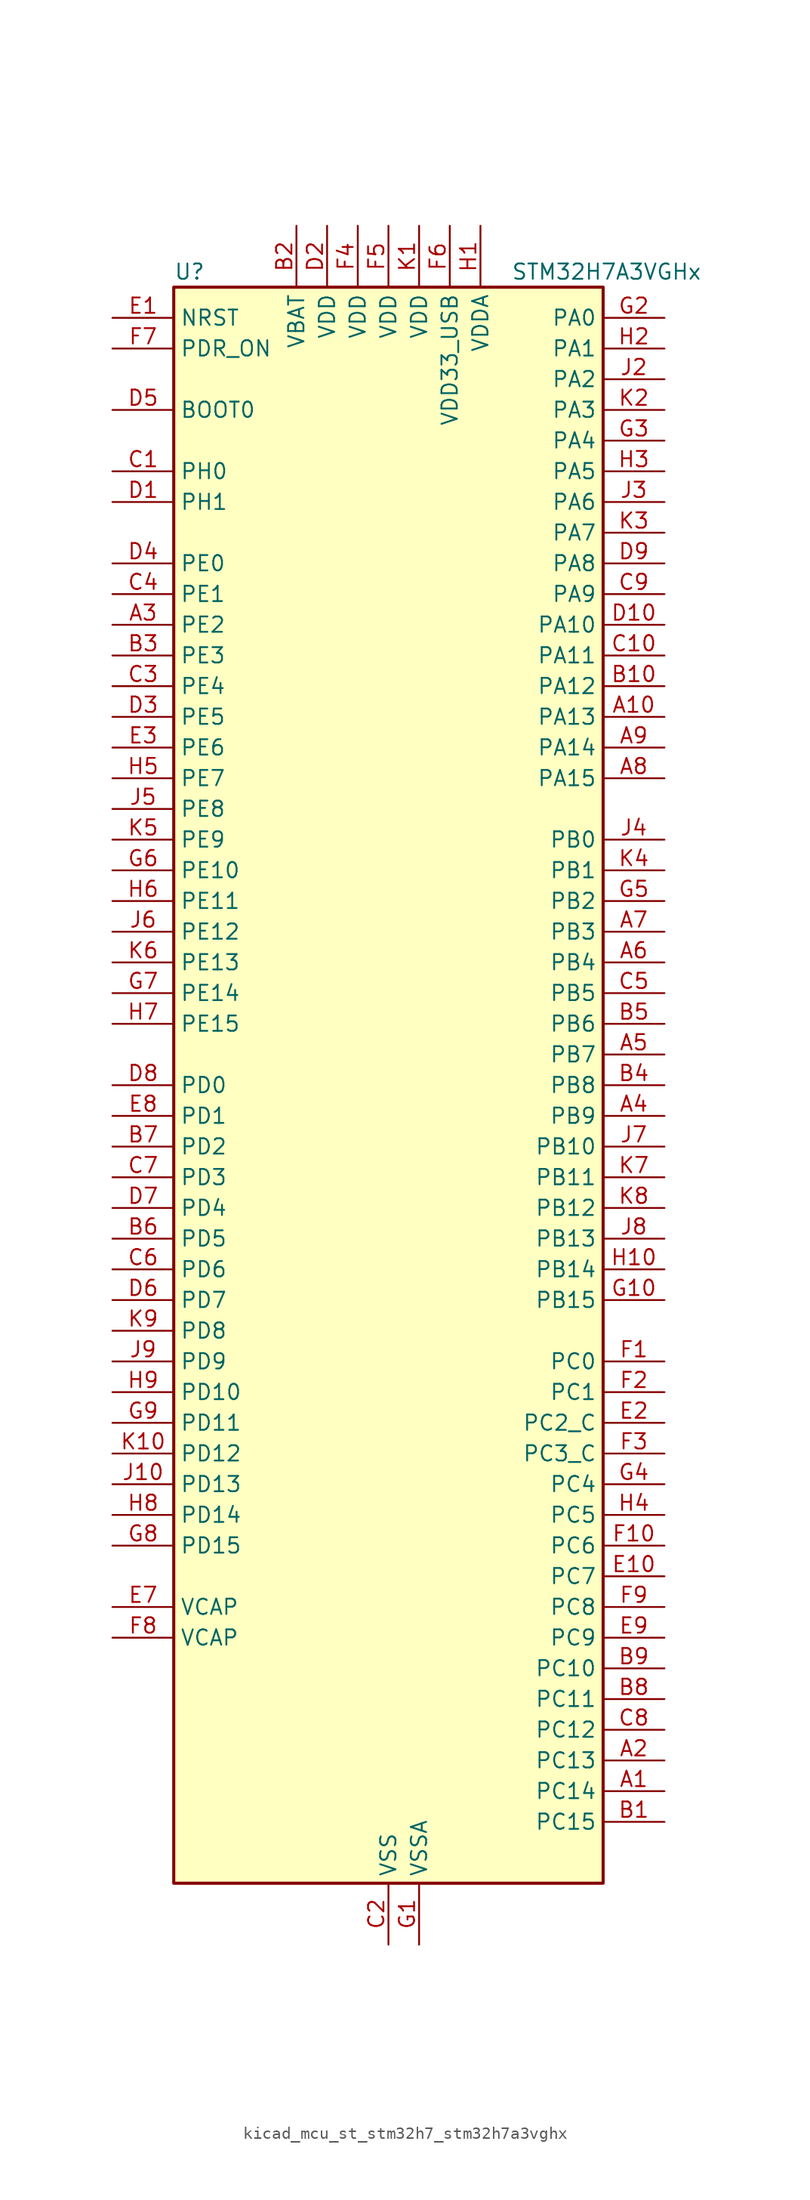
<source format=kicad_sym>
(kicad_symbol_lib
  (version 20220914)
  (generator kicad_symbol_editor)
  (symbol "kicad_mcu_st_stm32h7_stm32h7a3vghx"
    (property "Reference" "U"
      (at -17.78 67.31 0)
      (effects (font (size 1.27 1.27)) (justify left)))
    (property "Value" "STM32H7A3VGHx"
      (at 10.16 67.31 0)
      (effects (font (size 1.27 1.27)) (justify left)))
    (property "ki_locked" ""
      (at 0 0 0)
      (effects (font (size 1.27 1.27))))
    (symbol "kicad_mcu_st_stm32h7_stm32h7a3vghx_0_1"
      (rectangle (start -17.78 -66.04) (end 17.78 66.04) (stroke (width 0.254) (type default)) (fill (type background))))
    (symbol "kicad_mcu_st_stm32h7_stm32h7a3vghx_1_1"
      (pin bidirectional line (at 22.86 -58.42 180) (length 5.08) (name "PC14" (effects (font (size 1.27 1.27)))) (number "A1" (effects (font (size 1.27 1.27)))) (alternate "RCC_OSC32_IN" bidirectional line))
      (pin bidirectional line (at 22.86 30.48 180) (length 5.08) (name "PA13" (effects (font (size 1.27 1.27)))) (number "A10" (effects (font (size 1.27 1.27)))) (alternate "DEBUG_JTMS-SWDIO" bidirectional line))
      (pin bidirectional line (at 22.86 -55.88 180) (length 5.08) (name "PC13" (effects (font (size 1.27 1.27)))) (number "A2" (effects (font (size 1.27 1.27)))) (alternate "PWR_WKUP4" bidirectional line) (alternate "RTC_OUT_ALARM" bidirectional line) (alternate "RTC_OUT_CALIB" bidirectional line) (alternate "RTC_TAMP1" bidirectional line) (alternate "RTC_TS" bidirectional line))
      (pin bidirectional line (at -22.86 38.1 0) (length 5.08) (name "PE2" (effects (font (size 1.27 1.27)))) (number "A3" (effects (font (size 1.27 1.27)))) (alternate "DEBUG_TRACECLK" bidirectional line) (alternate "FMC_A23" bidirectional line) (alternate "OCTOSPIM_P1_IO2" bidirectional line) (alternate "SAI1_CK1" bidirectional line) (alternate "SAI1_MCLK_A" bidirectional line) (alternate "SPI4_SCK" bidirectional line) (alternate "USART10_RX" bidirectional line))
      (pin bidirectional line (at 22.86 -2.54 180) (length 5.08) (name "PB9" (effects (font (size 1.27 1.27)))) (number "A4" (effects (font (size 1.27 1.27)))) (alternate "DAC1_EXTI9" bidirectional line) (alternate "DCMI_D7" bidirectional line) (alternate "DFSDM1_DATIN7" bidirectional line) (alternate "FDCAN1_TX" bidirectional line) (alternate "I2C1_SDA" bidirectional line) (alternate "I2C4_SDA" bidirectional line) (alternate "I2C4_SMBA" bidirectional line) (alternate "I2S2_WS" bidirectional line) (alternate "LTDC_B7" bidirectional line) (alternate "PSSI_D7" bidirectional line) (alternate "SDMMC1_CDIR" bidirectional line) (alternate "SDMMC1_D5" bidirectional line) (alternate "SDMMC2_D5" bidirectional line) (alternate "SPI2_NSS" bidirectional line) (alternate "TIM17_CH1" bidirectional line) (alternate "TIM4_CH4" bidirectional line) (alternate "UART4_TX" bidirectional line))
      (pin bidirectional line (at 22.86 2.54 180) (length 5.08) (name "PB7" (effects (font (size 1.27 1.27)))) (number "A5" (effects (font (size 1.27 1.27)))) (alternate "DCMI_VSYNC" bidirectional line) (alternate "DFSDM1_CKIN5" bidirectional line) (alternate "FMC_NL" bidirectional line) (alternate "I2C1_SDA" bidirectional line) (alternate "I2C4_SDA" bidirectional line) (alternate "LPUART1_RX" bidirectional line) (alternate "PSSI_RDY" bidirectional line) (alternate "PWR_PVD_IN" bidirectional line) (alternate "TIM17_CH1N" bidirectional line) (alternate "TIM4_CH2" bidirectional line) (alternate "USART1_RX" bidirectional line))
      (pin bidirectional line (at 22.86 10.16 180) (length 5.08) (name "PB4" (effects (font (size 1.27 1.27)))) (number "A6" (effects (font (size 1.27 1.27)))) (alternate "DEBUG_JTRST" bidirectional line) (alternate "I2S1_SDI" bidirectional line) (alternate "I2S2_WS" bidirectional line) (alternate "I2S3_SDI" bidirectional line) (alternate "I2S6_SDI" bidirectional line) (alternate "SDMMC2_D3" bidirectional line) (alternate "SPI1_MISO" bidirectional line) (alternate "SPI2_NSS" bidirectional line) (alternate "SPI3_MISO" bidirectional line) (alternate "SPI6_MISO" bidirectional line) (alternate "TIM16_BKIN" bidirectional line) (alternate "TIM3_CH1" bidirectional line) (alternate "UART7_TX" bidirectional line))
      (pin bidirectional line (at 22.86 12.7 180) (length 5.08) (name "PB3" (effects (font (size 1.27 1.27)))) (number "A7" (effects (font (size 1.27 1.27)))) (alternate "CRS_SYNC" bidirectional line) (alternate "DEBUG_JTDO-SWO" bidirectional line) (alternate "I2S1_CK" bidirectional line) (alternate "I2S3_CK" bidirectional line) (alternate "I2S6_CK" bidirectional line) (alternate "SDMMC2_D2" bidirectional line) (alternate "SPI1_SCK" bidirectional line) (alternate "SPI3_SCK" bidirectional line) (alternate "SPI6_SCK" bidirectional line) (alternate "TIM2_CH2" bidirectional line) (alternate "UART7_RX" bidirectional line))
      (pin bidirectional line (at 22.86 25.4 180) (length 5.08) (name "PA15" (effects (font (size 1.27 1.27)))) (number "A8" (effects (font (size 1.27 1.27)))) (alternate "ADC1_EXTI15" bidirectional line) (alternate "ADC2_EXTI15" bidirectional line) (alternate "CEC" bidirectional line) (alternate "DEBUG_JTDI" bidirectional line) (alternate "I2S1_WS" bidirectional line) (alternate "I2S3_WS" bidirectional line) (alternate "I2S6_WS" bidirectional line) (alternate "LTDC_B6" bidirectional line) (alternate "LTDC_R3" bidirectional line) (alternate "SPI1_NSS" bidirectional line) (alternate "SPI3_NSS" bidirectional line) (alternate "SPI6_NSS" bidirectional line) (alternate "TIM2_CH1" bidirectional line) (alternate "TIM2_ETR" bidirectional line) (alternate "UART4_DE" bidirectional line) (alternate "UART4_RTS" bidirectional line) (alternate "UART7_TX" bidirectional line))
      (pin bidirectional line (at 22.86 27.94 180) (length 5.08) (name "PA14" (effects (font (size 1.27 1.27)))) (number "A9" (effects (font (size 1.27 1.27)))) (alternate "DEBUG_JTCK-SWCLK" bidirectional line))
      (pin bidirectional line (at 22.86 -60.96 180) (length 5.08) (name "PC15" (effects (font (size 1.27 1.27)))) (number "B1" (effects (font (size 1.27 1.27)))) (alternate "ADC1_EXTI15" bidirectional line) (alternate "ADC2_EXTI15" bidirectional line) (alternate "RCC_OSC32_OUT" bidirectional line))
      (pin bidirectional line (at 22.86 33.02 180) (length 5.08) (name "PA12" (effects (font (size 1.27 1.27)))) (number "B10" (effects (font (size 1.27 1.27)))) (alternate "FDCAN1_TX" bidirectional line) (alternate "I2S2_CK" bidirectional line) (alternate "LPUART1_DE" bidirectional line) (alternate "LPUART1_RTS" bidirectional line) (alternate "LTDC_R5" bidirectional line) (alternate "SAI2_FS_B" bidirectional line) (alternate "SPI2_SCK" bidirectional line) (alternate "TIM1_ETR" bidirectional line) (alternate "UART4_TX" bidirectional line) (alternate "USART1_DE" bidirectional line) (alternate "USART1_RTS" bidirectional line) (alternate "USB_OTG_HS_DP" bidirectional line))
      (pin power_in line (at -7.62 71.12 270) (length 5.08) (name "VBAT" (effects (font (size 1.27 1.27)))) (number "B2" (effects (font (size 1.27 1.27)))))
      (pin bidirectional line (at -22.86 35.56 0) (length 5.08) (name "PE3" (effects (font (size 1.27 1.27)))) (number "B3" (effects (font (size 1.27 1.27)))) (alternate "DEBUG_TRACED0" bidirectional line) (alternate "FMC_A19" bidirectional line) (alternate "SAI1_SD_B" bidirectional line) (alternate "TIM15_BKIN" bidirectional line) (alternate "USART10_TX" bidirectional line))
      (pin bidirectional line (at 22.86 0 180) (length 5.08) (name "PB8" (effects (font (size 1.27 1.27)))) (number "B4" (effects (font (size 1.27 1.27)))) (alternate "DCMI_D6" bidirectional line) (alternate "DFSDM1_CKIN7" bidirectional line) (alternate "FDCAN1_RX" bidirectional line) (alternate "I2C1_SCL" bidirectional line) (alternate "I2C4_SCL" bidirectional line) (alternate "LTDC_B6" bidirectional line) (alternate "PSSI_D6" bidirectional line) (alternate "SDMMC1_CKIN" bidirectional line) (alternate "SDMMC1_D4" bidirectional line) (alternate "SDMMC2_D4" bidirectional line) (alternate "TIM16_CH1" bidirectional line) (alternate "TIM4_CH3" bidirectional line) (alternate "UART4_RX" bidirectional line))
      (pin bidirectional line (at 22.86 5.08 180) (length 5.08) (name "PB6" (effects (font (size 1.27 1.27)))) (number "B5" (effects (font (size 1.27 1.27)))) (alternate "CEC" bidirectional line) (alternate "DCMI_D5" bidirectional line) (alternate "DFSDM1_DATIN5" bidirectional line) (alternate "FDCAN2_TX" bidirectional line) (alternate "FMC_SDNE1" bidirectional line) (alternate "I2C1_SCL" bidirectional line) (alternate "I2C4_SCL" bidirectional line) (alternate "LPUART1_TX" bidirectional line) (alternate "OCTOSPIM_P1_NCS" bidirectional line) (alternate "PSSI_D5" bidirectional line) (alternate "TIM16_CH1N" bidirectional line) (alternate "TIM4_CH1" bidirectional line) (alternate "UART5_TX" bidirectional line) (alternate "USART1_TX" bidirectional line))
      (pin bidirectional line (at -22.86 -12.7 0) (length 5.08) (name "PD5" (effects (font (size 1.27 1.27)))) (number "B6" (effects (font (size 1.27 1.27)))) (alternate "FMC_NWE" bidirectional line) (alternate "OCTOSPIM_P1_IO5" bidirectional line) (alternate "USART2_TX" bidirectional line))
      (pin bidirectional line (at -22.86 -5.08 0) (length 5.08) (name "PD2" (effects (font (size 1.27 1.27)))) (number "B7" (effects (font (size 1.27 1.27)))) (alternate "DCMI_D11" bidirectional line) (alternate "DEBUG_TRACED2" bidirectional line) (alternate "LTDC_B2" bidirectional line) (alternate "LTDC_B7" bidirectional line) (alternate "PSSI_D11" bidirectional line) (alternate "SDMMC1_CMD" bidirectional line) (alternate "TIM15_BKIN" bidirectional line) (alternate "TIM3_ETR" bidirectional line) (alternate "UART5_RX" bidirectional line))
      (pin bidirectional line (at 22.86 -50.8 180) (length 5.08) (name "PC11" (effects (font (size 1.27 1.27)))) (number "B8" (effects (font (size 1.27 1.27)))) (alternate "ADC1_EXTI11" bidirectional line) (alternate "ADC2_EXTI11" bidirectional line) (alternate "DCMI_D4" bidirectional line) (alternate "DFSDM1_DATIN5" bidirectional line) (alternate "DFSDM2_DATIN0" bidirectional line) (alternate "I2S3_SDI" bidirectional line) (alternate "LTDC_B4" bidirectional line) (alternate "OCTOSPIM_P1_NCS" bidirectional line) (alternate "PSSI_D4" bidirectional line) (alternate "SDMMC1_D3" bidirectional line) (alternate "SPI3_MISO" bidirectional line) (alternate "UART4_RX" bidirectional line) (alternate "USART3_RX" bidirectional line))
      (pin bidirectional line (at 22.86 -48.26 180) (length 5.08) (name "PC10" (effects (font (size 1.27 1.27)))) (number "B9" (effects (font (size 1.27 1.27)))) (alternate "DCMI_D8" bidirectional line) (alternate "DFSDM1_CKIN5" bidirectional line) (alternate "DFSDM2_CKIN0" bidirectional line) (alternate "I2S3_CK" bidirectional line) (alternate "LTDC_B1" bidirectional line) (alternate "LTDC_R2" bidirectional line) (alternate "OCTOSPIM_P1_IO1" bidirectional line) (alternate "PSSI_D8" bidirectional line) (alternate "SDMMC1_D2" bidirectional line) (alternate "SPI3_SCK" bidirectional line) (alternate "SWPMI1_RX" bidirectional line) (alternate "UART4_TX" bidirectional line) (alternate "USART3_TX" bidirectional line))
      (pin bidirectional line (at -22.86 50.8 0) (length 5.08) (name "PH0" (effects (font (size 1.27 1.27)))) (number "C1" (effects (font (size 1.27 1.27)))) (alternate "RCC_OSC_IN" bidirectional line))
      (pin bidirectional line (at 22.86 35.56 180) (length 5.08) (name "PA11" (effects (font (size 1.27 1.27)))) (number "C10" (effects (font (size 1.27 1.27)))) (alternate "ADC1_EXTI11" bidirectional line) (alternate "ADC2_EXTI11" bidirectional line) (alternate "FDCAN1_RX" bidirectional line) (alternate "I2S2_WS" bidirectional line) (alternate "LPUART1_CTS" bidirectional line) (alternate "LTDC_R4" bidirectional line) (alternate "SPI2_NSS" bidirectional line) (alternate "TIM1_CH4" bidirectional line) (alternate "UART4_RX" bidirectional line) (alternate "USART1_CTS" bidirectional line) (alternate "USART1_NSS" bidirectional line) (alternate "USB_OTG_HS_DM" bidirectional line))
      (pin power_in line (at 0 -71.12 90) (length 5.08) (name "VSS" (effects (font (size 1.27 1.27)))) (number "C2" (effects (font (size 1.27 1.27)))))
      (pin bidirectional line (at -22.86 33.02 0) (length 5.08) (name "PE4" (effects (font (size 1.27 1.27)))) (number "C3" (effects (font (size 1.27 1.27)))) (alternate "DCMI_D4" bidirectional line) (alternate "DEBUG_TRACED1" bidirectional line) (alternate "DFSDM1_DATIN3" bidirectional line) (alternate "FMC_A20" bidirectional line) (alternate "LTDC_B0" bidirectional line) (alternate "PSSI_D4" bidirectional line) (alternate "SAI1_D2" bidirectional line) (alternate "SAI1_FS_A" bidirectional line) (alternate "SPI4_NSS" bidirectional line) (alternate "TIM15_CH1N" bidirectional line))
      (pin bidirectional line (at -22.86 40.64 0) (length 5.08) (name "PE1" (effects (font (size 1.27 1.27)))) (number "C4" (effects (font (size 1.27 1.27)))) (alternate "DCMI_D3" bidirectional line) (alternate "FMC_NBL1" bidirectional line) (alternate "LPTIM1_IN2" bidirectional line) (alternate "LTDC_R6" bidirectional line) (alternate "PSSI_D3" bidirectional line) (alternate "UART8_TX" bidirectional line))
      (pin bidirectional line (at 22.86 7.62 180) (length 5.08) (name "PB5" (effects (font (size 1.27 1.27)))) (number "C5" (effects (font (size 1.27 1.27)))) (alternate "DCMI_D10" bidirectional line) (alternate "FDCAN2_RX" bidirectional line) (alternate "FMC_SDCKE1" bidirectional line) (alternate "I2C1_SMBA" bidirectional line) (alternate "I2C4_SMBA" bidirectional line) (alternate "I2S1_SDO" bidirectional line) (alternate "I2S3_SDO" bidirectional line) (alternate "I2S6_SDO" bidirectional line) (alternate "LTDC_B5" bidirectional line) (alternate "PSSI_D10" bidirectional line) (alternate "SPI1_MOSI" bidirectional line) (alternate "SPI3_MOSI" bidirectional line) (alternate "SPI6_MOSI" bidirectional line) (alternate "TIM17_BKIN" bidirectional line) (alternate "TIM3_CH2" bidirectional line) (alternate "UART5_RX" bidirectional line) (alternate "USB_OTG_HS_ULPI_D7" bidirectional line))
      (pin bidirectional line (at -22.86 -15.24 0) (length 5.08) (name "PD6" (effects (font (size 1.27 1.27)))) (number "C6" (effects (font (size 1.27 1.27)))) (alternate "DCMI_D10" bidirectional line) (alternate "DFSDM1_CKIN4" bidirectional line) (alternate "DFSDM1_DATIN1" bidirectional line) (alternate "FMC_NWAIT" bidirectional line) (alternate "I2S3_SDO" bidirectional line) (alternate "LTDC_B2" bidirectional line) (alternate "OCTOSPIM_P1_IO6" bidirectional line) (alternate "PSSI_D10" bidirectional line) (alternate "SAI1_D1" bidirectional line) (alternate "SAI1_SD_A" bidirectional line) (alternate "SDMMC2_CK" bidirectional line) (alternate "SPI3_MOSI" bidirectional line) (alternate "USART2_RX" bidirectional line))
      (pin bidirectional line (at -22.86 -7.62 0) (length 5.08) (name "PD3" (effects (font (size 1.27 1.27)))) (number "C7" (effects (font (size 1.27 1.27)))) (alternate "DCMI_D5" bidirectional line) (alternate "DFSDM1_CKOUT" bidirectional line) (alternate "FMC_CLK" bidirectional line) (alternate "I2S2_CK" bidirectional line) (alternate "LTDC_G7" bidirectional line) (alternate "PSSI_D5" bidirectional line) (alternate "SPI2_SCK" bidirectional line) (alternate "USART2_CTS" bidirectional line) (alternate "USART2_NSS" bidirectional line))
      (pin bidirectional line (at 22.86 -53.34 180) (length 5.08) (name "PC12" (effects (font (size 1.27 1.27)))) (number "C8" (effects (font (size 1.27 1.27)))) (alternate "DCMI_D9" bidirectional line) (alternate "DEBUG_TRACED3" bidirectional line) (alternate "DFSDM2_CKOUT" bidirectional line) (alternate "I2S3_SDO" bidirectional line) (alternate "I2S6_CK" bidirectional line) (alternate "LTDC_R6" bidirectional line) (alternate "PSSI_D9" bidirectional line) (alternate "SDMMC1_CK" bidirectional line) (alternate "SPI3_MOSI" bidirectional line) (alternate "SPI6_SCK" bidirectional line) (alternate "TIM15_CH1" bidirectional line) (alternate "UART5_TX" bidirectional line) (alternate "USART3_CK" bidirectional line))
      (pin bidirectional line (at 22.86 40.64 180) (length 5.08) (name "PA9" (effects (font (size 1.27 1.27)))) (number "C9" (effects (font (size 1.27 1.27)))) (alternate "DAC1_EXTI9" bidirectional line) (alternate "DCMI_D0" bidirectional line) (alternate "I2C3_SMBA" bidirectional line) (alternate "I2S2_CK" bidirectional line) (alternate "LPUART1_TX" bidirectional line) (alternate "LTDC_R5" bidirectional line) (alternate "PSSI_D0" bidirectional line) (alternate "SPI2_SCK" bidirectional line) (alternate "TIM1_CH2" bidirectional line) (alternate "USART1_TX" bidirectional line) (alternate "USB_OTG_HS_VBUS" bidirectional line))
      (pin bidirectional line (at -22.86 48.26 0) (length 5.08) (name "PH1" (effects (font (size 1.27 1.27)))) (number "D1" (effects (font (size 1.27 1.27)))) (alternate "RCC_OSC_OUT" bidirectional line))
      (pin bidirectional line (at 22.86 38.1 180) (length 5.08) (name "PA10" (effects (font (size 1.27 1.27)))) (number "D10" (effects (font (size 1.27 1.27)))) (alternate "DCMI_D1" bidirectional line) (alternate "LPUART1_RX" bidirectional line) (alternate "LTDC_B1" bidirectional line) (alternate "LTDC_B4" bidirectional line) (alternate "MDIOS_MDIO" bidirectional line) (alternate "PSSI_D1" bidirectional line) (alternate "TIM1_CH3" bidirectional line) (alternate "USART1_RX" bidirectional line) (alternate "USB_OTG_HS_ID" bidirectional line))
      (pin power_in line (at -5.08 71.12 270) (length 5.08) (name "VDD" (effects (font (size 1.27 1.27)))) (number "D2" (effects (font (size 1.27 1.27)))))
      (pin bidirectional line (at -22.86 30.48 0) (length 5.08) (name "PE5" (effects (font (size 1.27 1.27)))) (number "D3" (effects (font (size 1.27 1.27)))) (alternate "DCMI_D6" bidirectional line) (alternate "DEBUG_TRACED2" bidirectional line) (alternate "DFSDM1_CKIN3" bidirectional line) (alternate "FMC_A21" bidirectional line) (alternate "LTDC_G0" bidirectional line) (alternate "PSSI_D6" bidirectional line) (alternate "SAI1_CK2" bidirectional line) (alternate "SAI1_SCK_A" bidirectional line) (alternate "SPI4_MISO" bidirectional line) (alternate "TIM15_CH1" bidirectional line))
      (pin bidirectional line (at -22.86 43.18 0) (length 5.08) (name "PE0" (effects (font (size 1.27 1.27)))) (number "D4" (effects (font (size 1.27 1.27)))) (alternate "DCMI_D2" bidirectional line) (alternate "FMC_NBL0" bidirectional line) (alternate "LPTIM1_ETR" bidirectional line) (alternate "LPTIM2_ETR" bidirectional line) (alternate "LTDC_R0" bidirectional line) (alternate "PSSI_D2" bidirectional line) (alternate "SAI2_MCLK_A" bidirectional line) (alternate "TIM4_ETR" bidirectional line) (alternate "UART8_RX" bidirectional line))
      (pin input line (at -22.86 55.88 0) (length 5.08) (name "BOOT0" (effects (font (size 1.27 1.27)))) (number "D5" (effects (font (size 1.27 1.27)))))
      (pin bidirectional line (at -22.86 -17.78 0) (length 5.08) (name "PD7" (effects (font (size 1.27 1.27)))) (number "D6" (effects (font (size 1.27 1.27)))) (alternate "DFSDM1_CKIN1" bidirectional line) (alternate "DFSDM1_DATIN4" bidirectional line) (alternate "FMC_NE1" bidirectional line) (alternate "I2S1_SDO" bidirectional line) (alternate "OCTOSPIM_P1_IO7" bidirectional line) (alternate "SDMMC2_CMD" bidirectional line) (alternate "SPDIFRX_IN0" bidirectional line) (alternate "SPI1_MOSI" bidirectional line) (alternate "USART2_CK" bidirectional line))
      (pin bidirectional line (at -22.86 -10.16 0) (length 5.08) (name "PD4" (effects (font (size 1.27 1.27)))) (number "D7" (effects (font (size 1.27 1.27)))) (alternate "FMC_NOE" bidirectional line) (alternate "OCTOSPIM_P1_IO4" bidirectional line) (alternate "USART2_DE" bidirectional line) (alternate "USART2_RTS" bidirectional line))
      (pin bidirectional line (at -22.86 0 0) (length 5.08) (name "PD0" (effects (font (size 1.27 1.27)))) (number "D8" (effects (font (size 1.27 1.27)))) (alternate "DFSDM1_CKIN6" bidirectional line) (alternate "FDCAN1_RX" bidirectional line) (alternate "FMC_D2" bidirectional line) (alternate "FMC_DA2" bidirectional line) (alternate "LTDC_B1" bidirectional line) (alternate "UART4_RX" bidirectional line) (alternate "UART9_CTS" bidirectional line))
      (pin bidirectional line (at 22.86 43.18 180) (length 5.08) (name "PA8" (effects (font (size 1.27 1.27)))) (number "D9" (effects (font (size 1.27 1.27)))) (alternate "I2C3_SCL" bidirectional line) (alternate "LTDC_B3" bidirectional line) (alternate "LTDC_R6" bidirectional line) (alternate "RCC_MCO_1" bidirectional line) (alternate "TIM1_CH1" bidirectional line) (alternate "TIM8_BKIN2" bidirectional line) (alternate "TIM8_BKIN2_COMP1" bidirectional line) (alternate "TIM8_BKIN2_COMP2" bidirectional line) (alternate "UART7_RX" bidirectional line) (alternate "USART1_CK" bidirectional line) (alternate "USB_OTG_HS_SOF" bidirectional line))
      (pin input line (at -22.86 63.5 0) (length 5.08) (name "NRST" (effects (font (size 1.27 1.27)))) (number "E1" (effects (font (size 1.27 1.27)))))
      (pin bidirectional line (at 22.86 -40.64 180) (length 5.08) (name "PC7" (effects (font (size 1.27 1.27)))) (number "E10" (effects (font (size 1.27 1.27)))) (alternate "DCMI_D1" bidirectional line) (alternate "DEBUG_TRGIO" bidirectional line) (alternate "DFSDM1_DATIN3" bidirectional line) (alternate "FMC_NE1" bidirectional line) (alternate "I2S3_MCK" bidirectional line) (alternate "LTDC_G6" bidirectional line) (alternate "PSSI_D1" bidirectional line) (alternate "SDMMC1_D123DIR" bidirectional line) (alternate "SDMMC1_D7" bidirectional line) (alternate "SDMMC2_D7" bidirectional line) (alternate "SWPMI1_TX" bidirectional line) (alternate "TIM3_CH2" bidirectional line) (alternate "TIM8_CH2" bidirectional line) (alternate "USART6_RX" bidirectional line))
      (pin bidirectional line (at 22.86 -27.94 180) (length 5.08) (name "PC2_C" (effects (font (size 1.27 1.27)))) (number "E2" (effects (font (size 1.27 1.27)))) (alternate "ADC2_INN1" bidirectional line) (alternate "ADC2_INP0" bidirectional line) (alternate "DFSDM1_CKIN1" bidirectional line) (alternate "DFSDM1_CKOUT" bidirectional line) (alternate "FMC_SDNE0" bidirectional line) (alternate "I2S2_SDI" bidirectional line) (alternate "OCTOSPIM_P1_IO2" bidirectional line) (alternate "OCTOSPIM_P1_IO5" bidirectional line) (alternate "PWR_CSTOP" bidirectional line) (alternate "SPI2_MISO" bidirectional line) (alternate "USB_OTG_HS_ULPI_DIR" bidirectional line))
      (pin bidirectional line (at -22.86 27.94 0) (length 5.08) (name "PE6" (effects (font (size 1.27 1.27)))) (number "E3" (effects (font (size 1.27 1.27)))) (alternate "DCMI_D7" bidirectional line) (alternate "DEBUG_TRACED3" bidirectional line) (alternate "FMC_A22" bidirectional line) (alternate "LTDC_G1" bidirectional line) (alternate "PSSI_D7" bidirectional line) (alternate "SAI1_D1" bidirectional line) (alternate "SAI1_SD_A" bidirectional line) (alternate "SAI2_MCLK_B" bidirectional line) (alternate "SPI4_MOSI" bidirectional line) (alternate "TIM15_CH2" bidirectional line) (alternate "TIM1_BKIN2" bidirectional line) (alternate "TIM1_BKIN2_COMP1" bidirectional line) (alternate "TIM1_BKIN2_COMP2" bidirectional line))
      (pin passive line (at 0 -71.12 90) (length 5.08) hide (name "VSS" (effects (font (size 1.27 1.27)))) (number "E4" (effects (font (size 1.27 1.27)))))
      (pin passive line (at 0 -71.12 90) (length 5.08) hide (name "VSS" (effects (font (size 1.27 1.27)))) (number "E5" (effects (font (size 1.27 1.27)))))
      (pin passive line (at 0 -71.12 90) (length 5.08) hide (name "VSS" (effects (font (size 1.27 1.27)))) (number "E6" (effects (font (size 1.27 1.27)))))
      (pin power_out line (at -22.86 -43.18 0) (length 5.08) (name "VCAP" (effects (font (size 1.27 1.27)))) (number "E7" (effects (font (size 1.27 1.27)))))
      (pin bidirectional line (at -22.86 -2.54 0) (length 5.08) (name "PD1" (effects (font (size 1.27 1.27)))) (number "E8" (effects (font (size 1.27 1.27)))) (alternate "DFSDM1_DATIN6" bidirectional line) (alternate "FDCAN1_TX" bidirectional line) (alternate "FMC_D3" bidirectional line) (alternate "FMC_DA3" bidirectional line) (alternate "UART4_TX" bidirectional line))
      (pin bidirectional line (at 22.86 -45.72 180) (length 5.08) (name "PC9" (effects (font (size 1.27 1.27)))) (number "E9" (effects (font (size 1.27 1.27)))) (alternate "DAC1_EXTI9" bidirectional line) (alternate "DCMI_D3" bidirectional line) (alternate "I2C3_SDA" bidirectional line) (alternate "I2S_CKIN" bidirectional line) (alternate "LTDC_B2" bidirectional line) (alternate "LTDC_G3" bidirectional line) (alternate "OCTOSPIM_P1_IO0" bidirectional line) (alternate "PSSI_D3" bidirectional line) (alternate "RCC_MCO_2" bidirectional line) (alternate "SDMMC1_D1" bidirectional line) (alternate "SWPMI1_SUSPEND" bidirectional line) (alternate "TIM3_CH4" bidirectional line) (alternate "TIM8_CH4" bidirectional line) (alternate "UART5_CTS" bidirectional line))
      (pin bidirectional line (at 22.86 -22.86 180) (length 5.08) (name "PC0" (effects (font (size 1.27 1.27)))) (number "F1" (effects (font (size 1.27 1.27)))) (alternate "ADC1_INP10" bidirectional line) (alternate "ADC2_INP10" bidirectional line) (alternate "DFSDM1_CKIN0" bidirectional line) (alternate "DFSDM1_DATIN4" bidirectional line) (alternate "FMC_A25" bidirectional line) (alternate "FMC_SDNWE" bidirectional line) (alternate "LTDC_G2" bidirectional line) (alternate "LTDC_R5" bidirectional line) (alternate "SAI2_FS_B" bidirectional line) (alternate "USB_OTG_HS_ULPI_STP" bidirectional line))
      (pin bidirectional line (at 22.86 -38.1 180) (length 5.08) (name "PC6" (effects (font (size 1.27 1.27)))) (number "F10" (effects (font (size 1.27 1.27)))) (alternate "DCMI_D0" bidirectional line) (alternate "DFSDM1_CKIN3" bidirectional line) (alternate "FMC_NWAIT" bidirectional line) (alternate "I2S2_MCK" bidirectional line) (alternate "LTDC_HSYNC" bidirectional line) (alternate "PSSI_D0" bidirectional line) (alternate "SDMMC1_D0DIR" bidirectional line) (alternate "SDMMC1_D6" bidirectional line) (alternate "SDMMC2_D6" bidirectional line) (alternate "SWPMI1_IO" bidirectional line) (alternate "TIM3_CH1" bidirectional line) (alternate "TIM8_CH1" bidirectional line) (alternate "USART6_TX" bidirectional line))
      (pin bidirectional line (at 22.86 -25.4 180) (length 5.08) (name "PC1" (effects (font (size 1.27 1.27)))) (number "F2" (effects (font (size 1.27 1.27)))) (alternate "ADC1_INN10" bidirectional line) (alternate "ADC1_INP11" bidirectional line) (alternate "ADC2_INN10" bidirectional line) (alternate "ADC2_INP11" bidirectional line) (alternate "DEBUG_TRACED0" bidirectional line) (alternate "DFSDM1_CKIN4" bidirectional line) (alternate "DFSDM1_DATIN0" bidirectional line) (alternate "I2S2_SDO" bidirectional line) (alternate "LTDC_G5" bidirectional line) (alternate "MDIOS_MDC" bidirectional line) (alternate "OCTOSPIM_P1_IO4" bidirectional line) (alternate "PWR_WKUP6" bidirectional line) (alternate "RTC_TAMP3" bidirectional line) (alternate "SAI1_D1" bidirectional line) (alternate "SAI1_SD_A" bidirectional line) (alternate "SDMMC2_CK" bidirectional line) (alternate "SPI2_MOSI" bidirectional line))
      (pin bidirectional line (at 22.86 -30.48 180) (length 5.08) (name "PC3_C" (effects (font (size 1.27 1.27)))) (number "F3" (effects (font (size 1.27 1.27)))) (alternate "ADC2_INP1" bidirectional line) (alternate "DFSDM1_DATIN1" bidirectional line) (alternate "FMC_SDCKE0" bidirectional line) (alternate "I2S2_SDO" bidirectional line) (alternate "OCTOSPIM_P1_IO0" bidirectional line) (alternate "OCTOSPIM_P1_IO6" bidirectional line) (alternate "PWR_CSLEEP" bidirectional line) (alternate "SPI2_MOSI" bidirectional line) (alternate "USB_OTG_HS_ULPI_NXT" bidirectional line))
      (pin power_in line (at -2.54 71.12 270) (length 5.08) (name "VDD" (effects (font (size 1.27 1.27)))) (number "F4" (effects (font (size 1.27 1.27)))))
      (pin power_in line (at 0 71.12 270) (length 5.08) (name "VDD" (effects (font (size 1.27 1.27)))) (number "F5" (effects (font (size 1.27 1.27)))))
      (pin power_in line (at 5.08 71.12 270) (length 5.08) (name "VDD33_USB" (effects (font (size 1.27 1.27)))) (number "F6" (effects (font (size 1.27 1.27)))))
      (pin input line (at -22.86 60.96 0) (length 5.08) (name "PDR_ON" (effects (font (size 1.27 1.27)))) (number "F7" (effects (font (size 1.27 1.27)))))
      (pin power_out line (at -22.86 -45.72 0) (length 5.08) (name "VCAP" (effects (font (size 1.27 1.27)))) (number "F8" (effects (font (size 1.27 1.27)))))
      (pin bidirectional line (at 22.86 -43.18 180) (length 5.08) (name "PC8" (effects (font (size 1.27 1.27)))) (number "F9" (effects (font (size 1.27 1.27)))) (alternate "DCMI_D2" bidirectional line) (alternate "DEBUG_TRACED1" bidirectional line) (alternate "FMC_INT" bidirectional line) (alternate "FMC_NCE" bidirectional line) (alternate "FMC_NE2" bidirectional line) (alternate "PSSI_D2" bidirectional line) (alternate "SDMMC1_D0" bidirectional line) (alternate "SWPMI1_RX" bidirectional line) (alternate "TIM3_CH3" bidirectional line) (alternate "TIM8_CH3" bidirectional line) (alternate "UART5_DE" bidirectional line) (alternate "UART5_RTS" bidirectional line) (alternate "USART6_CK" bidirectional line))
      (pin power_in line (at 2.54 -71.12 90) (length 5.08) (name "VSSA" (effects (font (size 1.27 1.27)))) (number "G1" (effects (font (size 1.27 1.27)))))
      (pin bidirectional line (at 22.86 -17.78 180) (length 5.08) (name "PB15" (effects (font (size 1.27 1.27)))) (number "G10" (effects (font (size 1.27 1.27)))) (alternate "ADC1_EXTI15" bidirectional line) (alternate "ADC2_EXTI15" bidirectional line) (alternate "DFSDM1_CKIN2" bidirectional line) (alternate "I2S2_SDO" bidirectional line) (alternate "LTDC_G7" bidirectional line) (alternate "RTC_REFIN" bidirectional line) (alternate "SDMMC2_D1" bidirectional line) (alternate "SPI2_MOSI" bidirectional line) (alternate "TIM12_CH2" bidirectional line) (alternate "TIM1_CH3N" bidirectional line) (alternate "TIM8_CH3N" bidirectional line) (alternate "UART4_CTS" bidirectional line) (alternate "USART1_RX" bidirectional line))
      (pin bidirectional line (at 22.86 63.5 180) (length 5.08) (name "PA0" (effects (font (size 1.27 1.27)))) (number "G2" (effects (font (size 1.27 1.27)))) (alternate "ADC1_INP16" bidirectional line) (alternate "I2S6_WS" bidirectional line) (alternate "PWR_WKUP1" bidirectional line) (alternate "SAI2_SD_B" bidirectional line) (alternate "SDMMC2_CMD" bidirectional line) (alternate "SPI6_NSS" bidirectional line) (alternate "TIM15_BKIN" bidirectional line) (alternate "TIM2_CH1" bidirectional line) (alternate "TIM2_ETR" bidirectional line) (alternate "TIM5_CH1" bidirectional line) (alternate "TIM8_ETR" bidirectional line) (alternate "UART4_TX" bidirectional line) (alternate "USART2_CTS" bidirectional line) (alternate "USART2_NSS" bidirectional line))
      (pin bidirectional line (at 22.86 53.34 180) (length 5.08) (name "PA4" (effects (font (size 1.27 1.27)))) (number "G3" (effects (font (size 1.27 1.27)))) (alternate "ADC1_INP18" bidirectional line) (alternate "DAC1_OUT1" bidirectional line) (alternate "DCMI_HSYNC" bidirectional line) (alternate "I2S1_WS" bidirectional line) (alternate "I2S3_WS" bidirectional line) (alternate "I2S6_WS" bidirectional line) (alternate "LTDC_VSYNC" bidirectional line) (alternate "PSSI_DE" bidirectional line) (alternate "SPI1_NSS" bidirectional line) (alternate "SPI3_NSS" bidirectional line) (alternate "SPI6_NSS" bidirectional line) (alternate "TIM5_ETR" bidirectional line) (alternate "USART2_CK" bidirectional line))
      (pin bidirectional line (at 22.86 -33.02 180) (length 5.08) (name "PC4" (effects (font (size 1.27 1.27)))) (number "G4" (effects (font (size 1.27 1.27)))) (alternate "ADC1_INP4" bidirectional line) (alternate "ADC2_INP4" bidirectional line) (alternate "COMP1_INM" bidirectional line) (alternate "DFSDM1_CKIN2" bidirectional line) (alternate "FMC_SDNE0" bidirectional line) (alternate "I2S1_MCK" bidirectional line) (alternate "LTDC_R7" bidirectional line) (alternate "OPAMP1_VOUT" bidirectional line) (alternate "SPDIFRX_IN2" bidirectional line))
      (pin bidirectional line (at 22.86 15.24 180) (length 5.08) (name "PB2" (effects (font (size 1.27 1.27)))) (number "G5" (effects (font (size 1.27 1.27)))) (alternate "COMP1_INP" bidirectional line) (alternate "DFSDM1_CKIN1" bidirectional line) (alternate "I2S3_SDO" bidirectional line) (alternate "OCTOSPIM_P1_CLK" bidirectional line) (alternate "OCTOSPIM_P1_DQS" bidirectional line) (alternate "RTC_OUT_ALARM" bidirectional line) (alternate "RTC_OUT_CALIB" bidirectional line) (alternate "SAI1_D1" bidirectional line) (alternate "SAI1_SD_A" bidirectional line) (alternate "SPI3_MOSI" bidirectional line))
      (pin bidirectional line (at -22.86 17.78 0) (length 5.08) (name "PE10" (effects (font (size 1.27 1.27)))) (number "G6" (effects (font (size 1.27 1.27)))) (alternate "COMP2_INM" bidirectional line) (alternate "DFSDM1_DATIN4" bidirectional line) (alternate "FMC_D7" bidirectional line) (alternate "FMC_DA7" bidirectional line) (alternate "OCTOSPIM_P1_IO7" bidirectional line) (alternate "TIM1_CH2N" bidirectional line) (alternate "UART7_CTS" bidirectional line))
      (pin bidirectional line (at -22.86 7.62 0) (length 5.08) (name "PE14" (effects (font (size 1.27 1.27)))) (number "G7" (effects (font (size 1.27 1.27)))) (alternate "FMC_D11" bidirectional line) (alternate "FMC_DA11" bidirectional line) (alternate "LTDC_CLK" bidirectional line) (alternate "SAI2_MCLK_B" bidirectional line) (alternate "SPI4_MOSI" bidirectional line) (alternate "TIM1_CH4" bidirectional line))
      (pin bidirectional line (at -22.86 -38.1 0) (length 5.08) (name "PD15" (effects (font (size 1.27 1.27)))) (number "G8" (effects (font (size 1.27 1.27)))) (alternate "ADC1_EXTI15" bidirectional line) (alternate "ADC2_EXTI15" bidirectional line) (alternate "FMC_D1" bidirectional line) (alternate "FMC_DA1" bidirectional line) (alternate "TIM4_CH4" bidirectional line) (alternate "UART8_DE" bidirectional line) (alternate "UART8_RTS" bidirectional line) (alternate "UART9_TX" bidirectional line))
      (pin bidirectional line (at -22.86 -27.94 0) (length 5.08) (name "PD11" (effects (font (size 1.27 1.27)))) (number "G9" (effects (font (size 1.27 1.27)))) (alternate "ADC1_EXTI11" bidirectional line) (alternate "ADC2_EXTI11" bidirectional line) (alternate "FMC_A16" bidirectional line) (alternate "FMC_CLE" bidirectional line) (alternate "I2C4_SMBA" bidirectional line) (alternate "LPTIM2_IN2" bidirectional line) (alternate "OCTOSPIM_P1_IO0" bidirectional line) (alternate "SAI2_SD_A" bidirectional line) (alternate "USART3_CTS" bidirectional line) (alternate "USART3_NSS" bidirectional line))
      (pin power_in line (at 7.62 71.12 270) (length 5.08) (name "VDDA" (effects (font (size 1.27 1.27)))) (number "H1" (effects (font (size 1.27 1.27)))))
      (pin bidirectional line (at 22.86 -15.24 180) (length 5.08) (name "PB14" (effects (font (size 1.27 1.27)))) (number "H10" (effects (font (size 1.27 1.27)))) (alternate "DFSDM1_DATIN2" bidirectional line) (alternate "I2S2_SDI" bidirectional line) (alternate "LTDC_CLK" bidirectional line) (alternate "SDMMC2_D0" bidirectional line) (alternate "SPI2_MISO" bidirectional line) (alternate "TIM12_CH1" bidirectional line) (alternate "TIM1_CH2N" bidirectional line) (alternate "TIM8_CH2N" bidirectional line) (alternate "UART4_DE" bidirectional line) (alternate "UART4_RTS" bidirectional line) (alternate "USART1_TX" bidirectional line) (alternate "USART3_DE" bidirectional line) (alternate "USART3_RTS" bidirectional line))
      (pin bidirectional line (at 22.86 60.96 180) (length 5.08) (name "PA1" (effects (font (size 1.27 1.27)))) (number "H2" (effects (font (size 1.27 1.27)))) (alternate "ADC1_INN16" bidirectional line) (alternate "ADC1_INP17" bidirectional line) (alternate "LPTIM3_OUT" bidirectional line) (alternate "LTDC_R2" bidirectional line) (alternate "OCTOSPIM_P1_DQS" bidirectional line) (alternate "OCTOSPIM_P1_IO3" bidirectional line) (alternate "SAI2_MCLK_B" bidirectional line) (alternate "TIM15_CH1N" bidirectional line) (alternate "TIM2_CH2" bidirectional line) (alternate "TIM5_CH2" bidirectional line) (alternate "UART4_RX" bidirectional line) (alternate "USART2_DE" bidirectional line) (alternate "USART2_RTS" bidirectional line))
      (pin bidirectional line (at 22.86 50.8 180) (length 5.08) (name "PA5" (effects (font (size 1.27 1.27)))) (number "H3" (effects (font (size 1.27 1.27)))) (alternate "ADC1_INN18" bidirectional line) (alternate "ADC1_INP19" bidirectional line) (alternate "DAC1_OUT2" bidirectional line) (alternate "I2S1_CK" bidirectional line) (alternate "I2S6_CK" bidirectional line) (alternate "LTDC_R4" bidirectional line) (alternate "PSSI_D14" bidirectional line) (alternate "PWR_NDSTOP2" bidirectional line) (alternate "SPI1_SCK" bidirectional line) (alternate "SPI6_SCK" bidirectional line) (alternate "TIM2_CH1" bidirectional line) (alternate "TIM2_ETR" bidirectional line) (alternate "TIM8_CH1N" bidirectional line) (alternate "USB_OTG_HS_ULPI_CK" bidirectional line))
      (pin bidirectional line (at 22.86 -35.56 180) (length 5.08) (name "PC5" (effects (font (size 1.27 1.27)))) (number "H4" (effects (font (size 1.27 1.27)))) (alternate "ADC1_INN4" bidirectional line) (alternate "ADC1_INP8" bidirectional line) (alternate "ADC2_INN4" bidirectional line) (alternate "ADC2_INP8" bidirectional line) (alternate "COMP1_OUT" bidirectional line) (alternate "DFSDM1_DATIN2" bidirectional line) (alternate "FMC_SDCKE0" bidirectional line) (alternate "LTDC_DE" bidirectional line) (alternate "OCTOSPIM_P1_DQS" bidirectional line) (alternate "OPAMP1_VINM" bidirectional line) (alternate "PSSI_D15" bidirectional line) (alternate "SAI1_D3" bidirectional line) (alternate "SPDIFRX_IN3" bidirectional line))
      (pin bidirectional line (at -22.86 25.4 0) (length 5.08) (name "PE7" (effects (font (size 1.27 1.27)))) (number "H5" (effects (font (size 1.27 1.27)))) (alternate "COMP2_INM" bidirectional line) (alternate "DFSDM1_DATIN2" bidirectional line) (alternate "FMC_D4" bidirectional line) (alternate "FMC_DA4" bidirectional line) (alternate "OCTOSPIM_P1_IO4" bidirectional line) (alternate "OPAMP2_VOUT" bidirectional line) (alternate "TIM1_ETR" bidirectional line) (alternate "UART7_RX" bidirectional line))
      (pin bidirectional line (at -22.86 15.24 0) (length 5.08) (name "PE11" (effects (font (size 1.27 1.27)))) (number "H6" (effects (font (size 1.27 1.27)))) (alternate "ADC1_EXTI11" bidirectional line) (alternate "ADC2_EXTI11" bidirectional line) (alternate "COMP2_INP" bidirectional line) (alternate "DFSDM1_CKIN4" bidirectional line) (alternate "FMC_D8" bidirectional line) (alternate "FMC_DA8" bidirectional line) (alternate "LTDC_G3" bidirectional line) (alternate "OCTOSPIM_P1_NCS" bidirectional line) (alternate "SAI2_SD_B" bidirectional line) (alternate "SPI4_NSS" bidirectional line) (alternate "TIM1_CH2" bidirectional line))
      (pin bidirectional line (at -22.86 5.08 0) (length 5.08) (name "PE15" (effects (font (size 1.27 1.27)))) (number "H7" (effects (font (size 1.27 1.27)))) (alternate "ADC1_EXTI15" bidirectional line) (alternate "ADC2_EXTI15" bidirectional line) (alternate "FMC_D12" bidirectional line) (alternate "FMC_DA12" bidirectional line) (alternate "LTDC_R7" bidirectional line) (alternate "TIM1_BKIN" bidirectional line) (alternate "TIM1_BKIN_COMP1" bidirectional line) (alternate "TIM1_BKIN_COMP2" bidirectional line) (alternate "USART10_CK" bidirectional line))
      (pin bidirectional line (at -22.86 -35.56 0) (length 5.08) (name "PD14" (effects (font (size 1.27 1.27)))) (number "H8" (effects (font (size 1.27 1.27)))) (alternate "FMC_D0" bidirectional line) (alternate "FMC_DA0" bidirectional line) (alternate "TIM4_CH3" bidirectional line) (alternate "UART8_CTS" bidirectional line) (alternate "UART9_RX" bidirectional line))
      (pin bidirectional line (at -22.86 -25.4 0) (length 5.08) (name "PD10" (effects (font (size 1.27 1.27)))) (number "H9" (effects (font (size 1.27 1.27)))) (alternate "DFSDM1_CKOUT" bidirectional line) (alternate "DFSDM2_CKOUT" bidirectional line) (alternate "FMC_D15" bidirectional line) (alternate "FMC_DA15" bidirectional line) (alternate "LTDC_B3" bidirectional line) (alternate "USART3_CK" bidirectional line))
      (pin passive line (at 0 -71.12 90) (length 5.08) hide (name "VSS" (effects (font (size 1.27 1.27)))) (number "J1" (effects (font (size 1.27 1.27)))))
      (pin bidirectional line (at -22.86 -33.02 0) (length 5.08) (name "PD13" (effects (font (size 1.27 1.27)))) (number "J10" (effects (font (size 1.27 1.27)))) (alternate "DCMI_D13" bidirectional line) (alternate "FMC_A18" bidirectional line) (alternate "I2C4_SDA" bidirectional line) (alternate "LPTIM1_OUT" bidirectional line) (alternate "OCTOSPIM_P1_IO3" bidirectional line) (alternate "PSSI_D13" bidirectional line) (alternate "SAI2_SCK_A" bidirectional line) (alternate "TIM4_CH2" bidirectional line) (alternate "UART9_DE" bidirectional line) (alternate "UART9_RTS" bidirectional line))
      (pin bidirectional line (at 22.86 58.42 180) (length 5.08) (name "PA2" (effects (font (size 1.27 1.27)))) (number "J2" (effects (font (size 1.27 1.27)))) (alternate "ADC1_INP14" bidirectional line) (alternate "DFSDM2_CKIN1" bidirectional line) (alternate "LTDC_R1" bidirectional line) (alternate "MDIOS_MDIO" bidirectional line) (alternate "PWR_WKUP2" bidirectional line) (alternate "SAI2_SCK_B" bidirectional line) (alternate "TIM15_CH1" bidirectional line) (alternate "TIM2_CH3" bidirectional line) (alternate "TIM5_CH3" bidirectional line) (alternate "USART2_TX" bidirectional line))
      (pin bidirectional line (at 22.86 48.26 180) (length 5.08) (name "PA6" (effects (font (size 1.27 1.27)))) (number "J3" (effects (font (size 1.27 1.27)))) (alternate "ADC1_INP3" bidirectional line) (alternate "ADC2_INP3" bidirectional line) (alternate "DAC2_OUT1" bidirectional line) (alternate "DCMI_PIXCLK" bidirectional line) (alternate "I2S1_SDI" bidirectional line) (alternate "I2S6_SDI" bidirectional line) (alternate "LTDC_G2" bidirectional line) (alternate "MDIOS_MDC" bidirectional line) (alternate "OCTOSPIM_P1_IO3" bidirectional line) (alternate "PSSI_PDCK" bidirectional line) (alternate "SPI1_MISO" bidirectional line) (alternate "SPI6_MISO" bidirectional line) (alternate "TIM13_CH1" bidirectional line) (alternate "TIM1_BKIN" bidirectional line) (alternate "TIM1_BKIN_COMP1" bidirectional line) (alternate "TIM1_BKIN_COMP2" bidirectional line) (alternate "TIM3_CH1" bidirectional line) (alternate "TIM8_BKIN" bidirectional line) (alternate "TIM8_BKIN_COMP1" bidirectional line) (alternate "TIM8_BKIN_COMP2" bidirectional line))
      (pin bidirectional line (at 22.86 20.32 180) (length 5.08) (name "PB0" (effects (font (size 1.27 1.27)))) (number "J4" (effects (font (size 1.27 1.27)))) (alternate "ADC1_INN5" bidirectional line) (alternate "ADC1_INP9" bidirectional line) (alternate "ADC2_INN5" bidirectional line) (alternate "ADC2_INP9" bidirectional line) (alternate "COMP1_INP" bidirectional line) (alternate "DFSDM1_CKOUT" bidirectional line) (alternate "DFSDM2_CKOUT" bidirectional line) (alternate "LTDC_G1" bidirectional line) (alternate "LTDC_R3" bidirectional line) (alternate "OCTOSPIM_P1_IO1" bidirectional line) (alternate "OPAMP1_VINP" bidirectional line) (alternate "TIM1_CH2N" bidirectional line) (alternate "TIM3_CH3" bidirectional line) (alternate "TIM8_CH2N" bidirectional line) (alternate "UART4_CTS" bidirectional line) (alternate "USB_OTG_HS_ULPI_D1" bidirectional line))
      (pin bidirectional line (at -22.86 22.86 0) (length 5.08) (name "PE8" (effects (font (size 1.27 1.27)))) (number "J5" (effects (font (size 1.27 1.27)))) (alternate "COMP2_OUT" bidirectional line) (alternate "DFSDM1_CKIN2" bidirectional line) (alternate "FMC_D5" bidirectional line) (alternate "FMC_DA5" bidirectional line) (alternate "OCTOSPIM_P1_IO5" bidirectional line) (alternate "OPAMP2_VINM" bidirectional line) (alternate "TIM1_CH1N" bidirectional line) (alternate "UART7_TX" bidirectional line))
      (pin bidirectional line (at -22.86 12.7 0) (length 5.08) (name "PE12" (effects (font (size 1.27 1.27)))) (number "J6" (effects (font (size 1.27 1.27)))) (alternate "COMP1_OUT" bidirectional line) (alternate "DFSDM1_DATIN5" bidirectional line) (alternate "FMC_D9" bidirectional line) (alternate "FMC_DA9" bidirectional line) (alternate "LTDC_B4" bidirectional line) (alternate "SAI2_SCK_B" bidirectional line) (alternate "SPI4_SCK" bidirectional line) (alternate "TIM1_CH3N" bidirectional line))
      (pin bidirectional line (at 22.86 -5.08 180) (length 5.08) (name "PB10" (effects (font (size 1.27 1.27)))) (number "J7" (effects (font (size 1.27 1.27)))) (alternate "DFSDM1_DATIN7" bidirectional line) (alternate "I2C2_SCL" bidirectional line) (alternate "I2S2_CK" bidirectional line) (alternate "LPTIM2_IN1" bidirectional line) (alternate "LTDC_G4" bidirectional line) (alternate "OCTOSPIM_P1_NCS" bidirectional line) (alternate "SPI2_SCK" bidirectional line) (alternate "TIM2_CH3" bidirectional line) (alternate "USART3_TX" bidirectional line) (alternate "USB_OTG_HS_ULPI_D3" bidirectional line))
      (pin bidirectional line (at 22.86 -12.7 180) (length 5.08) (name "PB13" (effects (font (size 1.27 1.27)))) (number "J8" (effects (font (size 1.27 1.27)))) (alternate "DCMI_D2" bidirectional line) (alternate "DFSDM1_CKIN1" bidirectional line) (alternate "DFSDM2_CKIN1" bidirectional line) (alternate "FDCAN2_TX" bidirectional line) (alternate "I2S2_CK" bidirectional line) (alternate "LPTIM2_OUT" bidirectional line) (alternate "PSSI_D2" bidirectional line) (alternate "SDMMC1_D0" bidirectional line) (alternate "SPI2_SCK" bidirectional line) (alternate "TIM1_CH1N" bidirectional line) (alternate "UART5_TX" bidirectional line) (alternate "USART3_CTS" bidirectional line) (alternate "USART3_NSS" bidirectional line) (alternate "USB_OTG_HS_ULPI_D6" bidirectional line))
      (pin bidirectional line (at -22.86 -22.86 0) (length 5.08) (name "PD9" (effects (font (size 1.27 1.27)))) (number "J9" (effects (font (size 1.27 1.27)))) (alternate "DAC1_EXTI9" bidirectional line) (alternate "DFSDM1_DATIN3" bidirectional line) (alternate "FMC_D14" bidirectional line) (alternate "FMC_DA14" bidirectional line) (alternate "USART3_RX" bidirectional line))
      (pin power_in line (at 2.54 71.12 270) (length 5.08) (name "VDD" (effects (font (size 1.27 1.27)))) (number "K1" (effects (font (size 1.27 1.27)))))
      (pin bidirectional line (at -22.86 -30.48 0) (length 5.08) (name "PD12" (effects (font (size 1.27 1.27)))) (number "K10" (effects (font (size 1.27 1.27)))) (alternate "DCMI_D12" bidirectional line) (alternate "FMC_A17" bidirectional line) (alternate "FMC_ALE" bidirectional line) (alternate "I2C4_SCL" bidirectional line) (alternate "LPTIM1_IN1" bidirectional line) (alternate "LPTIM2_IN1" bidirectional line) (alternate "OCTOSPIM_P1_IO1" bidirectional line) (alternate "PSSI_D12" bidirectional line) (alternate "SAI2_FS_A" bidirectional line) (alternate "TIM4_CH1" bidirectional line) (alternate "USART3_DE" bidirectional line) (alternate "USART3_RTS" bidirectional line))
      (pin bidirectional line (at 22.86 55.88 180) (length 5.08) (name "PA3" (effects (font (size 1.27 1.27)))) (number "K2" (effects (font (size 1.27 1.27)))) (alternate "ADC1_INP15" bidirectional line) (alternate "I2S6_MCK" bidirectional line) (alternate "LTDC_B2" bidirectional line) (alternate "LTDC_B5" bidirectional line) (alternate "OCTOSPIM_P1_CLK" bidirectional line) (alternate "TIM15_CH2" bidirectional line) (alternate "TIM2_CH4" bidirectional line) (alternate "TIM5_CH4" bidirectional line) (alternate "USART2_RX" bidirectional line) (alternate "USB_OTG_HS_ULPI_D0" bidirectional line))
      (pin bidirectional line (at 22.86 45.72 180) (length 5.08) (name "PA7" (effects (font (size 1.27 1.27)))) (number "K3" (effects (font (size 1.27 1.27)))) (alternate "ADC1_INN3" bidirectional line) (alternate "ADC1_INP7" bidirectional line) (alternate "ADC2_INN3" bidirectional line) (alternate "ADC2_INP7" bidirectional line) (alternate "DFSDM2_DATIN1" bidirectional line) (alternate "FMC_SDNWE" bidirectional line) (alternate "I2S1_SDO" bidirectional line) (alternate "I2S6_SDO" bidirectional line) (alternate "LTDC_VSYNC" bidirectional line) (alternate "OCTOSPIM_P1_IO2" bidirectional line) (alternate "OPAMP1_VINM" bidirectional line) (alternate "SPI1_MOSI" bidirectional line) (alternate "SPI6_MOSI" bidirectional line) (alternate "TIM14_CH1" bidirectional line) (alternate "TIM1_CH1N" bidirectional line) (alternate "TIM3_CH2" bidirectional line) (alternate "TIM8_CH1N" bidirectional line))
      (pin bidirectional line (at 22.86 17.78 180) (length 5.08) (name "PB1" (effects (font (size 1.27 1.27)))) (number "K4" (effects (font (size 1.27 1.27)))) (alternate "ADC1_INP5" bidirectional line) (alternate "ADC2_INP5" bidirectional line) (alternate "COMP1_INM" bidirectional line) (alternate "DFSDM1_DATIN1" bidirectional line) (alternate "LTDC_G0" bidirectional line) (alternate "LTDC_R6" bidirectional line) (alternate "OCTOSPIM_P1_IO0" bidirectional line) (alternate "TIM1_CH3N" bidirectional line) (alternate "TIM3_CH4" bidirectional line) (alternate "TIM8_CH3N" bidirectional line) (alternate "USB_OTG_HS_ULPI_D2" bidirectional line))
      (pin bidirectional line (at -22.86 20.32 0) (length 5.08) (name "PE9" (effects (font (size 1.27 1.27)))) (number "K5" (effects (font (size 1.27 1.27)))) (alternate "COMP2_INP" bidirectional line) (alternate "DAC1_EXTI9" bidirectional line) (alternate "DFSDM1_CKOUT" bidirectional line) (alternate "FMC_D6" bidirectional line) (alternate "FMC_DA6" bidirectional line) (alternate "OCTOSPIM_P1_IO6" bidirectional line) (alternate "OPAMP2_VINP" bidirectional line) (alternate "TIM1_CH1" bidirectional line) (alternate "UART7_DE" bidirectional line) (alternate "UART7_RTS" bidirectional line))
      (pin bidirectional line (at -22.86 10.16 0) (length 5.08) (name "PE13" (effects (font (size 1.27 1.27)))) (number "K6" (effects (font (size 1.27 1.27)))) (alternate "COMP2_OUT" bidirectional line) (alternate "DFSDM1_CKIN5" bidirectional line) (alternate "FMC_D10" bidirectional line) (alternate "FMC_DA10" bidirectional line) (alternate "LTDC_DE" bidirectional line) (alternate "SAI2_FS_B" bidirectional line) (alternate "SPI4_MISO" bidirectional line) (alternate "TIM1_CH3" bidirectional line))
      (pin bidirectional line (at 22.86 -7.62 180) (length 5.08) (name "PB11" (effects (font (size 1.27 1.27)))) (number "K7" (effects (font (size 1.27 1.27)))) (alternate "ADC1_EXTI11" bidirectional line) (alternate "ADC2_EXTI11" bidirectional line) (alternate "DFSDM1_CKIN7" bidirectional line) (alternate "I2C2_SDA" bidirectional line) (alternate "LPTIM2_ETR" bidirectional line) (alternate "LTDC_G5" bidirectional line) (alternate "TIM2_CH4" bidirectional line) (alternate "USART3_RX" bidirectional line) (alternate "USB_OTG_HS_ULPI_D4" bidirectional line))
      (pin bidirectional line (at 22.86 -10.16 180) (length 5.08) (name "PB12" (effects (font (size 1.27 1.27)))) (number "K8" (effects (font (size 1.27 1.27)))) (alternate "DFSDM1_DATIN1" bidirectional line) (alternate "DFSDM2_DATIN1" bidirectional line) (alternate "FDCAN2_RX" bidirectional line) (alternate "I2C2_SMBA" bidirectional line) (alternate "I2S2_WS" bidirectional line) (alternate "OCTOSPIM_P1_NCLK" bidirectional line) (alternate "SPI2_NSS" bidirectional line) (alternate "TIM1_BKIN" bidirectional line) (alternate "TIM1_BKIN_COMP1" bidirectional line) (alternate "TIM1_BKIN_COMP2" bidirectional line) (alternate "UART5_RX" bidirectional line) (alternate "USART3_CK" bidirectional line) (alternate "USB_OTG_HS_ULPI_D5" bidirectional line))
      (pin bidirectional line (at -22.86 -20.32 0) (length 5.08) (name "PD8" (effects (font (size 1.27 1.27)))) (number "K9" (effects (font (size 1.27 1.27)))) (alternate "DFSDM1_CKIN3" bidirectional line) (alternate "FMC_D13" bidirectional line) (alternate "FMC_DA13" bidirectional line) (alternate "SPDIFRX_IN1" bidirectional line) (alternate "USART3_TX" bidirectional line)))))
</source>
